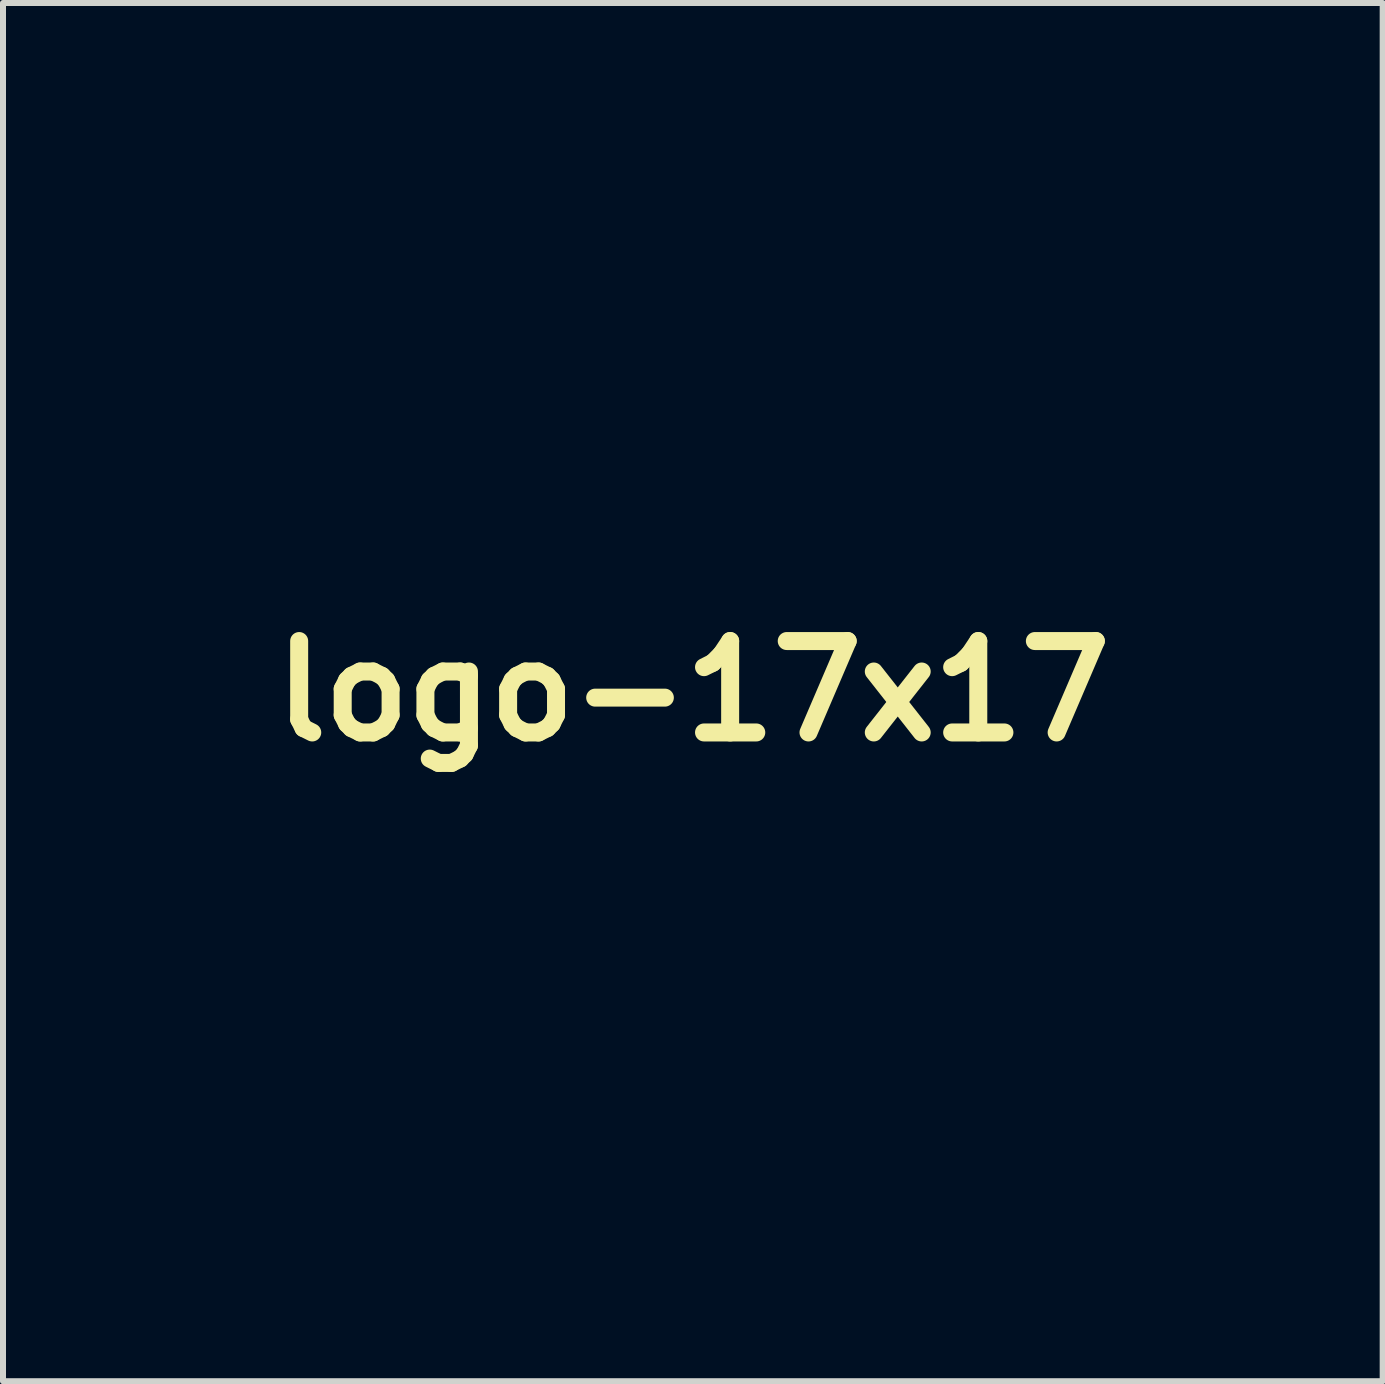
<source format=kicad_pcb>
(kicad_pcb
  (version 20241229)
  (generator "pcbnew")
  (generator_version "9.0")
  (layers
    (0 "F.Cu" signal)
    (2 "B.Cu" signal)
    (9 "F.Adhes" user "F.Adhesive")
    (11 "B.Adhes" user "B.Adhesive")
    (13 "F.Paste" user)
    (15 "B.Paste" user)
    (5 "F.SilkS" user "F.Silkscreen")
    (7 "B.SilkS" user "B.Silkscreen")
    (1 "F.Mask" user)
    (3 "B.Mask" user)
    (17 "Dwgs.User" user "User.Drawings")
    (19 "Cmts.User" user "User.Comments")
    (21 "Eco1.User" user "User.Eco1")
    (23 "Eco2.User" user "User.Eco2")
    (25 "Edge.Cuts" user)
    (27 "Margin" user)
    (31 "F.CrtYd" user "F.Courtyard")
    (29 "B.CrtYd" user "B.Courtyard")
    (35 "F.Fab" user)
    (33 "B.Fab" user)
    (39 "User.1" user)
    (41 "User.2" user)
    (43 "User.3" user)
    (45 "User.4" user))
  (footprint "logo-17x17"
    (layer "F.Cu")
    (at 8.505 8.471)
    (property "Reference" "logo-17x17" (at 0 0 0) (layer "F.SilkS") (effects (font (size 1.524 1.524) (thickness 0.3))))
    (attr through_hole)
    (fp_poly (pts (xy -8.467 8.417) (xy -8.483 8.433) (xy -8.5 8.417) (xy -8.483 8.4) (xy -8.467 8.417)) (stroke (width 0.01) (type solid)) (fill no) (layer "Eco2.User"))
    (fp_poly (pts (xy 7.249 -7.227) (xy 7.208 -7.14) (xy 7.139 -7) (xy 7.044 -6.808) (xy 6.926 -6.568) (xy 6.784 -6.282) (xy 6.622 -5.954) (xy 6.439 -5.586) (xy 6.237 -5.182) (xy 6.018 -4.742) (xy 5.784 -4.272) (xy 5.534 -3.772) (xy 5.272 -3.247) (xy 4.998 -2.699) (xy 4.714 -2.13) (xy 4.421 -1.544) (xy 4.244 -1.191) (xy 1.212 4.864) (xy -3.021 6.681) (xy -3.525 6.897) (xy -4.011 7.106) (xy -4.477 7.305) (xy -4.919 7.495) (xy -5.333 7.673) (xy -5.717 7.837) (xy -6.067 7.987) (xy -6.378 8.121) (xy -6.649 8.236) (xy -6.874 8.333) (xy -7.052 8.409) (xy -7.178 8.463) (xy -7.248 8.493) (xy -7.263 8.499) (xy -7.271 8.475) (xy -7.271 8.475) (xy -7.261 8.441) (xy -7.231 8.348) (xy -7.183 8.199) (xy -7.117 8) (xy -7.036 7.754) (xy -6.94 7.464) (xy -6.832 7.135) (xy -6.711 6.771) (xy -6.58 6.376) (xy -6.44 5.954) (xy -6.291 5.508) (xy -6.137 5.043) (xy -6.066 4.831) (xy -4.861 1.212) (xy 1.195 -3.029) (xy 1.765 -3.428) (xy 2.32 -3.817) (xy 2.859 -4.194) (xy 3.378 -4.557) (xy 3.876 -4.905) (xy 4.349 -5.235) (xy 4.796 -5.547) (xy 5.214 -5.838) (xy 5.6 -6.107) (xy 5.952 -6.353) (xy 6.267 -6.572) (xy 6.544 -6.764) (xy 6.78 -6.928) (xy 6.971 -7.06) (xy 7.117 -7.16) (xy 7.214 -7.226) (xy 7.259 -7.256) (xy 7.263 -7.258) (xy 7.249 -7.227)) (stroke (width 0.01) (type solid)) (fill no) (layer "Eco2.User"))
    (fp_poly (pts (xy 8.485 -7.226) (xy 8.469 -7.131) (xy 8.443 -6.978) (xy 8.406 -6.772) (xy 8.36 -6.515) (xy 8.306 -6.211) (xy 8.244 -5.864) (xy 8.174 -5.479) (xy 8.098 -5.058) (xy 8.017 -4.605) (xy 7.93 -4.124) (xy 7.838 -3.619) (xy 7.743 -3.094) (xy 7.645 -2.552) (xy 7.544 -1.997) (xy 7.441 -1.433) (xy 7.338 -0.863) (xy 7.234 -0.292) (xy 7.13 0.278) (xy 7.027 0.841) (xy 6.926 1.396) (xy 6.827 1.937) (xy 6.731 2.461) (xy 6.639 2.964) (xy 6.551 3.443) (xy 6.469 3.894) (xy 6.392 4.313) (xy 6.321 4.696) (xy 6.258 5.04) (xy 6.202 5.34) (xy 6.155 5.594) (xy 6.117 5.797) (xy 6.089 5.946) (xy 6.071 6.037) (xy 6.064 6.066) (xy 6.031 6.075) (xy 5.935 6.097) (xy 5.782 6.132) (xy 5.574 6.18) (xy 5.315 6.239) (xy 5.008 6.308) (xy 4.657 6.387) (xy 4.264 6.475) (xy 3.833 6.572) (xy 3.368 6.676) (xy 2.873 6.786) (xy 2.349 6.903) (xy 1.801 7.025) (xy 1.233 7.152) (xy 0.675 7.276) (xy 0.089 7.406) (xy -0.48 7.532) (xy -1.029 7.654) (xy -1.553 7.771) (xy -2.051 7.881) (xy -2.517 7.985) (xy -2.949 8.081) (xy -3.344 8.168) (xy -3.697 8.247) (xy -4.007 8.316) (xy -4.268 8.374) (xy -4.478 8.42) (xy -4.633 8.455) (xy -4.73 8.476) (xy -4.765 8.484) (xy -4.784 8.483) (xy -4.748 8.462) (xy -4.731 8.454) (xy -4.687 8.437) (xy -4.584 8.399) (xy -4.428 8.341) (xy -4.222 8.265) (xy -3.97 8.173) (xy -3.678 8.066) (xy -3.349 7.945) (xy -2.987 7.814) (xy -2.598 7.672) (xy -2.184 7.521) (xy -1.751 7.364) (xy -1.409 7.239) (xy 1.813 6.069) (xy 5.147 -0.599) (xy 5.46 -1.224) (xy 5.764 -1.833) (xy 6.06 -2.423) (xy 6.345 -2.993) (xy 6.618 -3.538) (xy 6.878 -4.057) (xy 7.123 -4.546) (xy 7.353 -5.004) (xy 7.565 -5.427) (xy 7.759 -5.813) (xy 7.933 -6.16) (xy 8.086 -6.464) (xy 8.217 -6.722) (xy 8.323 -6.934) (xy 8.405 -7.094) (xy 8.46 -7.202) (xy 8.487 -7.254) (xy 8.49 -7.259) (xy 8.485 -7.226)) (stroke (width 0.01) (type solid)) (fill no) (layer "Eco2.User"))
    (fp_poly (pts (xy 7.239 -8.464) (xy 7.234 -8.459) (xy 7.202 -8.436) (xy 7.117 -8.378) (xy 6.982 -8.286) (xy 6.8 -8.162) (xy 6.573 -8.006) (xy 6.302 -7.821) (xy 5.991 -7.609) (xy 5.642 -7.371) (xy 5.257 -7.108) (xy 4.838 -6.822) (xy 4.389 -6.516) (xy 3.911 -6.19) (xy 3.407 -5.846) (xy 2.879 -5.486) (xy 2.33 -5.112) (xy 1.762 -4.724) (xy 1.177 -4.325) (xy 0.578 -3.917) (xy 0.555 -3.902) (xy -6.068 0.614) (xy -7.266 4.499) (xy -7.417 4.989) (xy -7.563 5.461) (xy -7.702 5.91) (xy -7.833 6.334) (xy -7.955 6.728) (xy -8.067 7.088) (xy -8.167 7.41) (xy -8.255 7.692) (xy -8.329 7.929) (xy -8.389 8.116) (xy -8.432 8.252) (xy -8.457 8.33) (xy -8.465 8.35) (xy -8.459 8.314) (xy -8.44 8.217) (xy -8.41 8.062) (xy -8.37 7.855) (xy -8.319 7.598) (xy -8.259 7.296) (xy -8.191 6.953) (xy -8.116 6.572) (xy -8.033 6.157) (xy -7.945 5.713) (xy -7.851 5.243) (xy -7.753 4.752) (xy -7.651 4.243) (xy -7.547 3.719) (xy -7.44 3.186) (xy -7.332 2.647) (xy -7.224 2.106) (xy -7.116 1.566) (xy -7.009 1.032) (xy -6.904 0.508) (xy -6.801 -0.003) (xy -6.702 -0.496) (xy -6.608 -0.967) (xy -6.518 -1.414) (xy -6.434 -1.831) (xy -6.356 -2.215) (xy -6.286 -2.561) (xy -6.224 -2.867) (xy -6.171 -3.127) (xy -6.128 -3.339) (xy -6.095 -3.498) (xy -6.074 -3.6) (xy -6.064 -3.641) (xy -6.064 -3.642) (xy -6.033 -3.654) (xy -5.942 -3.688) (xy -5.796 -3.741) (xy -5.598 -3.814) (xy -5.352 -3.904) (xy -5.061 -4.01) (xy -4.729 -4.132) (xy -4.359 -4.267) (xy -3.955 -4.414) (xy -3.52 -4.573) (xy -3.058 -4.741) (xy -2.572 -4.919) (xy -2.066 -5.103) (xy -1.543 -5.294) (xy -1.007 -5.489) (xy -0.461 -5.687) (xy 0.09 -5.888) (xy 0.645 -6.09) (xy 1.198 -6.292) (xy 1.747 -6.491) (xy 2.288 -6.688) (xy 2.817 -6.881) (xy 3.332 -7.068) (xy 3.828 -7.248) (xy 4.302 -7.421) (xy 4.75 -7.583) (xy 5.17 -7.736) (xy 5.556 -7.876) (xy 5.907 -8.003) (xy 6.218 -8.116) (xy 6.486 -8.213) (xy 6.707 -8.293) (xy 6.878 -8.355) (xy 6.996 -8.397) (xy 7.039 -8.413) (xy 7.146 -8.448) (xy 7.217 -8.466) (xy 7.239 -8.464)) (stroke (width 0.01) (type solid)) (fill no) (layer "Eco2.User")))
  (gr_rect
    (start -3 -3)
    (end 20 19.975)
    (stroke (width 0.1) (type default))
    (fill no)
    (layer "Edge.Cuts")))
</source>
